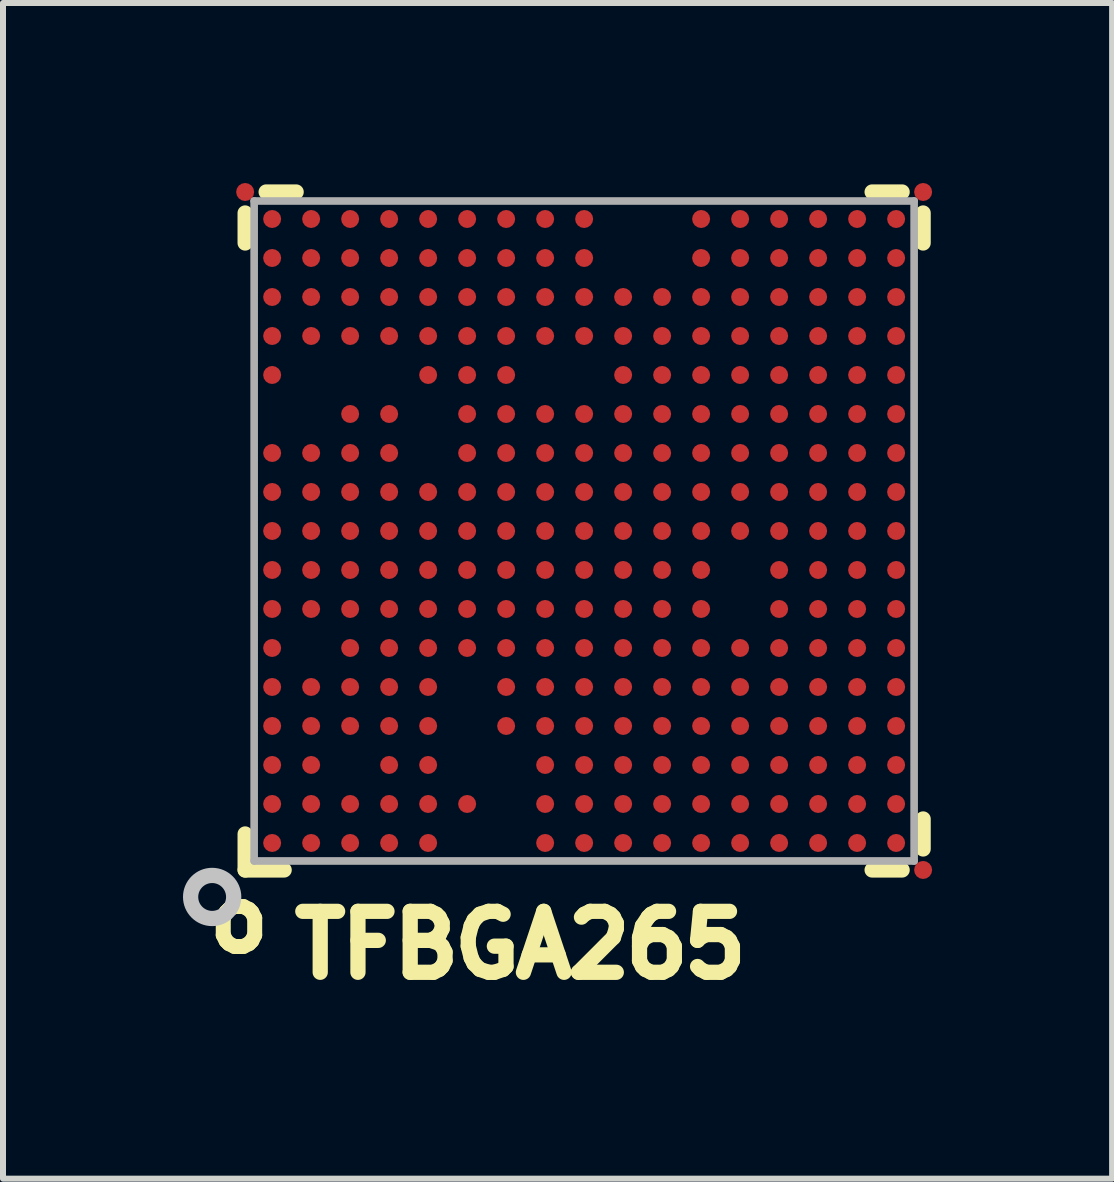
<source format=kicad_pcb>
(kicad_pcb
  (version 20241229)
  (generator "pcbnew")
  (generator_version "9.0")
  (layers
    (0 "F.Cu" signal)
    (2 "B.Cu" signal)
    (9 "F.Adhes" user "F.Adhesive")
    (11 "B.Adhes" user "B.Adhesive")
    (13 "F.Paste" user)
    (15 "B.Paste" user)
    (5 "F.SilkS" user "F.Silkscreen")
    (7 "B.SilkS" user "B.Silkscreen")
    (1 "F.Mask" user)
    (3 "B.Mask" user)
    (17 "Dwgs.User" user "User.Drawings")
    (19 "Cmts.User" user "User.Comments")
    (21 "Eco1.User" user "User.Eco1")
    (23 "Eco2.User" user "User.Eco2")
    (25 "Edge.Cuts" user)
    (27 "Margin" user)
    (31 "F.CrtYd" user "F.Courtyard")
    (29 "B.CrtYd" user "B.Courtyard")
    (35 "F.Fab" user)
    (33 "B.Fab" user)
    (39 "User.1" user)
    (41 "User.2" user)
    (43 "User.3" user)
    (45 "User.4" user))
  (footprint "TFBGA265"
    (layer "F.Cu")
    (at 6.686 5.8)
    (property "Reference" "TFBGA265" (at -4.953 7.493 180) (layer "F.SilkS") (effects (font (size 1.016 1.016) (thickness 0.254)) (justify left bottom)))
    (attr through_hole)
    (fp_line (start -5.65 -4.8) (end -5.65 -5.3) (stroke (width 0.254) (type solid)) (layer "F.SilkS"))
    (fp_line (start -5.65 5.05) (end -5.65 5.65) (stroke (width 0.254) (type solid)) (layer "F.SilkS"))
    (fp_line (start -5.3 -5.65) (end -4.8 -5.65) (stroke (width 0.254) (type solid)) (layer "F.SilkS"))
    (fp_line (start -5 5.65) (end -5.65 5.65) (stroke (width 0.254) (type solid)) (layer "F.SilkS"))
    (fp_line (start 4.8 -5.65) (end 5.3 -5.65) (stroke (width 0.254) (type solid)) (layer "F.SilkS"))
    (fp_line (start 5.3 5.65) (end 4.8 5.65) (stroke (width 0.254) (type solid)) (layer "F.SilkS"))
    (fp_line (start 5.65 -4.8) (end 5.65 -5.3) (stroke (width 0.254) (type solid)) (layer "F.SilkS"))
    (fp_line (start 5.65 5.3) (end 5.65 4.8) (stroke (width 0.254) (type solid)) (layer "F.SilkS"))
    (fp_circle (center -6.2 6.1) (end -5.841 6.1) (stroke (width 0.254) (type solid)) (fill no) (layer "Dwgs.User"))
    (fp_line (start -5.5 -5.5) (end -5.5 5.5) (stroke (width 0.127) (type solid)) (layer "F.Fab"))
    (fp_line (start -5.5 5.5) (end 5.5 5.5) (stroke (width 0.127) (type solid)) (layer "F.Fab"))
    (fp_line (start 5.5 -5.5) (end -5.5 -5.5) (stroke (width 0.127) (type solid)) (layer "F.Fab"))
    (fp_line (start 5.5 5.5) (end 5.5 -5.5) (stroke (width 0.127) (type solid)) (layer "F.Fab"))
    (fp_text user "o" (at -5.753 6.476 180) (layer "F.SilkS") (effects (font (size 1 1) (thickness 0.25))))
    (pad "" smd rect (at -5.2 -5.2 90) (size 0.33 0.33) (layers "F.Paste"))
    (pad "" smd rect (at -5.2 -4.55 90) (size 0.33 0.33) (layers "F.Paste"))
    (pad "" smd rect (at -5.2 -3.9 90) (size 0.33 0.33) (layers "F.Paste"))
    (pad "" smd rect (at -5.2 -3.25 90) (size 0.33 0.33) (layers "F.Paste"))
    (pad "" smd rect (at -5.2 -2.6 90) (size 0.33 0.33) (layers "F.Paste"))
    (pad "" smd rect (at -5.2 -1.3 90) (size 0.33 0.33) (layers "F.Paste"))
    (pad "" smd rect (at -5.2 -0.65 90) (size 0.33 0.33) (layers "F.Paste"))
    (pad "" smd rect (at -5.2 0 90) (size 0.33 0.33) (layers "F.Paste"))
    (pad "" smd rect (at -5.2 0.65 90) (size 0.33 0.33) (layers "F.Paste"))
    (pad "" smd rect (at -5.2 1.3 90) (size 0.33 0.33) (layers "F.Paste"))
    (pad "" smd rect (at -5.2 1.95 90) (size 0.33 0.33) (layers "F.Paste"))
    (pad "" smd rect (at -5.2 2.6 90) (size 0.33 0.33) (layers "F.Paste"))
    (pad "" smd rect (at -5.2 3.25 90) (size 0.33 0.33) (layers "F.Paste"))
    (pad "" smd rect (at -5.2 3.9 90) (size 0.33 0.33) (layers "F.Paste"))
    (pad "" smd rect (at -5.2 4.55 90) (size 0.33 0.33) (layers "F.Paste"))
    (pad "" smd rect (at -5.2 5.2 90) (size 0.33 0.33) (layers "F.Paste"))
    (pad "" smd rect (at -4.55 -5.2 90) (size 0.33 0.33) (layers "F.Paste"))
    (pad "" smd rect (at -4.55 -4.55 90) (size 0.33 0.33) (layers "F.Paste"))
    (pad "" smd rect (at -4.55 -3.9 90) (size 0.33 0.33) (layers "F.Paste"))
    (pad "" smd rect (at -4.55 -3.25 90) (size 0.33 0.33) (layers "F.Paste"))
    (pad "" smd rect (at -4.55 -1.3 90) (size 0.33 0.33) (layers "F.Paste"))
    (pad "" smd rect (at -4.55 -0.65 90) (size 0.33 0.33) (layers "F.Paste"))
    (pad "" smd rect (at -4.55 0 90) (size 0.33 0.33) (layers "F.Paste"))
    (pad "" smd rect (at -4.55 0.65 90) (size 0.33 0.33) (layers "F.Paste"))
    (pad "" smd rect (at -4.55 1.3 90) (size 0.33 0.33) (layers "F.Paste"))
    (pad "" smd rect (at -4.55 2.6 90) (size 0.33 0.33) (layers "F.Paste"))
    (pad "" smd rect (at -4.55 3.25 90) (size 0.33 0.33) (layers "F.Paste"))
    (pad "" smd rect (at -4.55 3.9 90) (size 0.33 0.33) (layers "F.Paste"))
    (pad "" smd rect (at -4.55 4.55 90) (size 0.33 0.33) (layers "F.Paste"))
    (pad "" smd rect (at -4.55 5.2 90) (size 0.33 0.33) (layers "F.Paste"))
    (pad "" smd rect (at -3.9 -5.2 90) (size 0.33 0.33) (layers "F.Paste"))
    (pad "" smd rect (at -3.9 -4.55 90) (size 0.33 0.33) (layers "F.Paste"))
    (pad "" smd rect (at -3.9 -3.9 90) (size 0.33 0.33) (layers "F.Paste"))
    (pad "" smd rect (at -3.9 -3.25 90) (size 0.33 0.33) (layers "F.Paste"))
    (pad "" smd rect (at -3.9 -1.95 90) (size 0.33 0.33) (layers "F.Paste"))
    (pad "" smd rect (at -3.9 -1.3 90) (size 0.33 0.33) (layers "F.Paste"))
    (pad "" smd rect (at -3.9 -0.65 90) (size 0.33 0.33) (layers "F.Paste"))
    (pad "" smd rect (at -3.9 0 90) (size 0.33 0.33) (layers "F.Paste"))
    (pad "" smd rect (at -3.9 0.65 90) (size 0.33 0.33) (layers "F.Paste"))
    (pad "" smd rect (at -3.9 1.3 90) (size 0.33 0.33) (layers "F.Paste"))
    (pad "" smd rect (at -3.9 1.95 90) (size 0.33 0.33) (layers "F.Paste"))
    (pad "" smd rect (at -3.9 2.6 90) (size 0.33 0.33) (layers "F.Paste"))
    (pad "" smd rect (at -3.9 3.25 90) (size 0.33 0.33) (layers "F.Paste"))
    (pad "" smd rect (at -3.9 4.55 90) (size 0.33 0.33) (layers "F.Paste"))
    (pad "" smd rect (at -3.9 5.2 90) (size 0.33 0.33) (layers "F.Paste"))
    (pad "" smd rect (at -3.25 -5.2 90) (size 0.33 0.33) (layers "F.Paste"))
    (pad "" smd rect (at -3.25 -4.55 90) (size 0.33 0.33) (layers "F.Paste"))
    (pad "" smd rect (at -3.25 -3.9 90) (size 0.33 0.33) (layers "F.Paste"))
    (pad "" smd rect (at -3.25 -3.25 90) (size 0.33 0.33) (layers "F.Paste"))
    (pad "" smd rect (at -3.25 -1.95 90) (size 0.33 0.33) (layers "F.Paste"))
    (pad "" smd rect (at -3.25 -1.3 90) (size 0.33 0.33) (layers "F.Paste"))
    (pad "" smd rect (at -3.25 -0.65 90) (size 0.33 0.33) (layers "F.Paste"))
    (pad "" smd rect (at -3.25 0 90) (size 0.33 0.33) (layers "F.Paste"))
    (pad "" smd rect (at -3.25 0.65 90) (size 0.33 0.33) (layers "F.Paste"))
    (pad "" smd rect (at -3.25 1.3 90) (size 0.33 0.33) (layers "F.Paste"))
    (pad "" smd rect (at -3.25 1.95 90) (size 0.33 0.33) (layers "F.Paste"))
    (pad "" smd rect (at -3.25 2.6 90) (size 0.33 0.33) (layers "F.Paste"))
    (pad "" smd rect (at -3.25 3.25 90) (size 0.33 0.33) (layers "F.Paste"))
    (pad "" smd rect (at -3.25 3.9 90) (size 0.33 0.33) (layers "F.Paste"))
    (pad "" smd rect (at -3.25 4.55 90) (size 0.33 0.33) (layers "F.Paste"))
    (pad "" smd rect (at -3.25 5.2 90) (size 0.33 0.33) (layers "F.Paste"))
    (pad "" smd rect (at -2.6 -5.2 90) (size 0.33 0.33) (layers "F.Paste"))
    (pad "" smd rect (at -2.6 -4.55 90) (size 0.33 0.33) (layers "F.Paste"))
    (pad "" smd rect (at -2.6 -3.9 90) (size 0.33 0.33) (layers "F.Paste"))
    (pad "" smd rect (at -2.6 -3.25 90) (size 0.33 0.33) (layers "F.Paste"))
    (pad "" smd rect (at -2.6 -2.6 90) (size 0.33 0.33) (layers "F.Paste"))
    (pad "" smd rect (at -2.6 -0.65 90) (size 0.33 0.33) (layers "F.Paste"))
    (pad "" smd rect (at -2.6 0 90) (size 0.33 0.33) (layers "F.Paste"))
    (pad "" smd rect (at -2.6 0.65 90) (size 0.33 0.33) (layers "F.Paste"))
    (pad "" smd rect (at -2.6 1.3 90) (size 0.33 0.33) (layers "F.Paste"))
    (pad "" smd rect (at -2.6 1.95 90) (size 0.33 0.33) (layers "F.Paste"))
    (pad "" smd rect (at -2.6 2.6 90) (size 0.33 0.33) (layers "F.Paste"))
    (pad "" smd rect (at -2.6 3.25 90) (size 0.33 0.33) (layers "F.Paste"))
    (pad "" smd rect (at -2.6 3.9 90) (size 0.33 0.33) (layers "F.Paste"))
    (pad "" smd rect (at -2.6 4.55 90) (size 0.33 0.33) (layers "F.Paste"))
    (pad "" smd rect (at -2.6 5.2 90) (size 0.33 0.33) (layers "F.Paste"))
    (pad "" smd rect (at -1.95 -5.2 90) (size 0.33 0.33) (layers "F.Paste"))
    (pad "" smd rect (at -1.95 -4.55 90) (size 0.33 0.33) (layers "F.Paste"))
    (pad "" smd rect (at -1.95 -3.9 90) (size 0.33 0.33) (layers "F.Paste"))
    (pad "" smd rect (at -1.95 -3.25 90) (size 0.33 0.33) (layers "F.Paste"))
    (pad "" smd rect (at -1.95 -2.6 90) (size 0.33 0.33) (layers "F.Paste"))
    (pad "" smd rect (at -1.95 -1.95 90) (size 0.33 0.33) (layers "F.Paste"))
    (pad "" smd rect (at -1.95 -1.3 90) (size 0.33 0.33) (layers "F.Paste"))
    (pad "" smd rect (at -1.95 -0.65 90) (size 0.33 0.33) (layers "F.Paste"))
    (pad "" smd rect (at -1.95 0 90) (size 0.33 0.33) (layers "F.Paste"))
    (pad "" smd rect (at -1.95 0.65 90) (size 0.33 0.33) (layers "F.Paste"))
    (pad "" smd rect (at -1.95 1.3 90) (size 0.33 0.33) (layers "F.Paste"))
    (pad "" smd rect (at -1.95 1.95 90) (size 0.33 0.33) (layers "F.Paste"))
    (pad "" smd rect (at -1.95 4.55 90) (size 0.33 0.33) (layers "F.Paste"))
    (pad "" smd rect (at -1.3 -5.2 90) (size 0.33 0.33) (layers "F.Paste"))
    (pad "" smd rect (at -1.3 -4.55 90) (size 0.33 0.33) (layers "F.Paste"))
    (pad "" smd rect (at -1.3 -3.9 90) (size 0.33 0.33) (layers "F.Paste"))
    (pad "" smd rect (at -1.3 -3.25 90) (size 0.33 0.33) (layers "F.Paste"))
    (pad "" smd rect (at -1.3 -2.6 90) (size 0.33 0.33) (layers "F.Paste"))
    (pad "" smd rect (at -1.3 -1.95 90) (size 0.33 0.33) (layers "F.Paste"))
    (pad "" smd rect (at -1.3 -1.3 90) (size 0.33 0.33) (layers "F.Paste"))
    (pad "" smd rect (at -1.3 -0.65 90) (size 0.33 0.33) (layers "F.Paste"))
    (pad "" smd rect (at -1.3 0 90) (size 0.33 0.33) (layers "F.Paste"))
    (pad "" smd rect (at -1.3 0.65 90) (size 0.33 0.33) (layers "F.Paste"))
    (pad "" smd rect (at -1.3 1.3 90) (size 0.33 0.33) (layers "F.Paste"))
    (pad "" smd rect (at -1.3 1.95 90) (size 0.33 0.33) (layers "F.Paste"))
    (pad "" smd rect (at -1.3 2.6 90) (size 0.33 0.33) (layers "F.Paste"))
    (pad "" smd rect (at -1.3 3.25 90) (size 0.33 0.33) (layers "F.Paste"))
    (pad "" smd rect (at -0.65 -5.2 90) (size 0.33 0.33) (layers "F.Paste"))
    (pad "" smd rect (at -0.65 -4.55 90) (size 0.33 0.33) (layers "F.Paste"))
    (pad "" smd rect (at -0.65 -3.9 90) (size 0.33 0.33) (layers "F.Paste"))
    (pad "" smd rect (at -0.65 -3.25 90) (size 0.33 0.33) (layers "F.Paste"))
    (pad "" smd rect (at -0.65 -1.95 90) (size 0.33 0.33) (layers "F.Paste"))
    (pad "" smd rect (at -0.65 -1.3 90) (size 0.33 0.33) (layers "F.Paste"))
    (pad "" smd rect (at -0.65 -0.65 90) (size 0.33 0.33) (layers "F.Paste"))
    (pad "" smd rect (at -0.65 0 90) (size 0.33 0.33) (layers "F.Paste"))
    (pad "" smd rect (at -0.65 0.65 90) (size 0.33 0.33) (layers "F.Paste"))
    (pad "" smd rect (at -0.65 1.3 90) (size 0.33 0.33) (layers "F.Paste"))
    (pad "" smd rect (at -0.65 1.95 90) (size 0.33 0.33) (layers "F.Paste"))
    (pad "" smd rect (at -0.65 2.6 90) (size 0.33 0.33) (layers "F.Paste"))
    (pad "" smd rect (at -0.65 3.25 90) (size 0.33 0.33) (layers "F.Paste"))
    (pad "" smd rect (at -0.65 3.9 90) (size 0.33 0.33) (layers "F.Paste"))
    (pad "" smd rect (at -0.65 4.55 90) (size 0.33 0.33) (layers "F.Paste"))
    (pad "" smd rect (at -0.65 5.2 90) (size 0.33 0.33) (layers "F.Paste"))
    (pad "" smd rect (at 0 -5.2 90) (size 0.33 0.33) (layers "F.Paste"))
    (pad "" smd rect (at 0 -4.55 90) (size 0.33 0.33) (layers "F.Paste"))
    (pad "" smd rect (at 0 -3.9 90) (size 0.33 0.33) (layers "F.Paste"))
    (pad "" smd rect (at 0 -3.25 90) (size 0.33 0.33) (layers "F.Paste"))
    (pad "" smd rect (at 0 -1.95 90) (size 0.33 0.33) (layers "F.Paste"))
    (pad "" smd rect (at 0 -1.3 90) (size 0.33 0.33) (layers "F.Paste"))
    (pad "" smd rect (at 0 -0.65 90) (size 0.33 0.33) (layers "F.Paste"))
    (pad "" smd rect (at 0 0 90) (size 0.33 0.33) (layers "F.Paste"))
    (pad "" smd rect (at 0 0.65 90) (size 0.33 0.33) (layers "F.Paste"))
    (pad "" smd rect (at 0 1.3 90) (size 0.33 0.33) (layers "F.Paste"))
    (pad "" smd rect (at 0 1.95 90) (size 0.33 0.33) (layers "F.Paste"))
    (pad "" smd rect (at 0 2.6 90) (size 0.33 0.33) (layers "F.Paste"))
    (pad "" smd rect (at 0 3.25 90) (size 0.33 0.33) (layers "F.Paste"))
    (pad "" smd rect (at 0 3.9 90) (size 0.33 0.33) (layers "F.Paste"))
    (pad "" smd rect (at 0 4.55 90) (size 0.33 0.33) (layers "F.Paste"))
    (pad "" smd rect (at 0 5.2 90) (size 0.33 0.33) (layers "F.Paste"))
    (pad "" smd rect (at 0.65 -3.9 90) (size 0.33 0.33) (layers "F.Paste"))
    (pad "" smd rect (at 0.65 -3.25 90) (size 0.33 0.33) (layers "F.Paste"))
    (pad "" smd rect (at 0.65 -2.6 90) (size 0.33 0.33) (layers "F.Paste"))
    (pad "" smd rect (at 0.65 -1.95 90) (size 0.33 0.33) (layers "F.Paste"))
    (pad "" smd rect (at 0.65 -1.3 90) (size 0.33 0.33) (layers "F.Paste"))
    (pad "" smd rect (at 0.65 -0.65 90) (size 0.33 0.33) (layers "F.Paste"))
    (pad "" smd rect (at 0.65 0 90) (size 0.33 0.33) (layers "F.Paste"))
    (pad "" smd rect (at 0.65 0.65 90) (size 0.33 0.33) (layers "F.Paste"))
    (pad "" smd rect (at 0.65 1.3 90) (size 0.33 0.33) (layers "F.Paste"))
    (pad "" smd rect (at 0.65 1.95 90) (size 0.33 0.33) (layers "F.Paste"))
    (pad "" smd rect (at 0.65 2.6 90) (size 0.33 0.33) (layers "F.Paste"))
    (pad "" smd rect (at 0.65 3.25 90) (size 0.33 0.33) (layers "F.Paste"))
    (pad "" smd rect (at 0.65 3.9 90) (size 0.33 0.33) (layers "F.Paste"))
    (pad "" smd rect (at 0.65 4.55 90) (size 0.33 0.33) (layers "F.Paste"))
    (pad "" smd rect (at 0.65 5.2 90) (size 0.33 0.33) (layers "F.Paste"))
    (pad "" smd rect (at 1.3 -3.9 90) (size 0.33 0.33) (layers "F.Paste"))
    (pad "" smd rect (at 1.3 -3.25 90) (size 0.33 0.33) (layers "F.Paste"))
    (pad "" smd rect (at 1.3 -2.6 90) (size 0.33 0.33) (layers "F.Paste"))
    (pad "" smd rect (at 1.3 -1.95 90) (size 0.33 0.33) (layers "F.Paste"))
    (pad "" smd rect (at 1.3 -1.3 90) (size 0.33 0.33) (layers "F.Paste"))
    (pad "" smd rect (at 1.3 -0.65 90) (size 0.33 0.33) (layers "F.Paste"))
    (pad "" smd rect (at 1.3 0 90) (size 0.33 0.33) (layers "F.Paste"))
    (pad "" smd rect (at 1.3 0.65 90) (size 0.33 0.33) (layers "F.Paste"))
    (pad "" smd rect (at 1.3 1.3 90) (size 0.33 0.33) (layers "F.Paste"))
    (pad "" smd rect (at 1.3 1.95 90) (size 0.33 0.33) (layers "F.Paste"))
    (pad "" smd rect (at 1.3 2.6 90) (size 0.33 0.33) (layers "F.Paste"))
    (pad "" smd rect (at 1.3 3.25 90) (size 0.33 0.33) (layers "F.Paste"))
    (pad "" smd rect (at 1.3 3.9 90) (size 0.33 0.33) (layers "F.Paste"))
    (pad "" smd rect (at 1.3 4.55 90) (size 0.33 0.33) (layers "F.Paste"))
    (pad "" smd rect (at 1.3 5.2 90) (size 0.33 0.33) (layers "F.Paste"))
    (pad "" smd rect (at 1.95 -5.2 90) (size 0.33 0.33) (layers "F.Paste"))
    (pad "" smd rect (at 1.95 -4.55 90) (size 0.33 0.33) (layers "F.Paste"))
    (pad "" smd rect (at 1.95 -3.9 90) (size 0.33 0.33) (layers "F.Paste"))
    (pad "" smd rect (at 1.95 -3.25 90) (size 0.33 0.33) (layers "F.Paste"))
    (pad "" smd rect (at 1.95 -2.6 90) (size 0.33 0.33) (layers "F.Paste"))
    (pad "" smd rect (at 1.95 -1.95 90) (size 0.33 0.33) (layers "F.Paste"))
    (pad "" smd rect (at 1.95 -1.3 90) (size 0.33 0.33) (layers "F.Paste"))
    (pad "" smd rect (at 1.95 -0.65 90) (size 0.33 0.33) (layers "F.Paste"))
    (pad "" smd rect (at 1.95 0 90) (size 0.33 0.33) (layers "F.Paste"))
    (pad "" smd rect (at 1.95 0.65 90) (size 0.33 0.33) (layers "F.Paste"))
    (pad "" smd rect (at 1.95 1.3 90) (size 0.33 0.33) (layers "F.Paste"))
    (pad "" smd rect (at 1.95 1.95 90) (size 0.33 0.33) (layers "F.Paste"))
    (pad "" smd rect (at 1.95 2.6 90) (size 0.33 0.33) (layers "F.Paste"))
    (pad "" smd rect (at 1.95 3.25 90) (size 0.33 0.33) (layers "F.Paste"))
    (pad "" smd rect (at 1.95 3.9 90) (size 0.33 0.33) (layers "F.Paste"))
    (pad "" smd rect (at 1.95 4.55 90) (size 0.33 0.33) (layers "F.Paste"))
    (pad "" smd rect (at 1.95 5.2 90) (size 0.33 0.33) (layers "F.Paste"))
    (pad "" smd rect (at 2.6 -5.2 90) (size 0.33 0.33) (layers "F.Paste"))
    (pad "" smd rect (at 2.6 -4.55 90) (size 0.33 0.33) (layers "F.Paste"))
    (pad "" smd rect (at 2.6 -3.9 90) (size 0.33 0.33) (layers "F.Paste"))
    (pad "" smd rect (at 2.6 -3.25 90) (size 0.33 0.33) (layers "F.Paste"))
    (pad "" smd rect (at 2.6 -2.6 90) (size 0.33 0.33) (layers "F.Paste"))
    (pad "" smd rect (at 2.6 -1.95 90) (size 0.33 0.33) (layers "F.Paste"))
    (pad "" smd rect (at 2.6 -1.3 90) (size 0.33 0.33) (layers "F.Paste"))
    (pad "" smd rect (at 2.6 -0.65 90) (size 0.33 0.33) (layers "F.Paste"))
    (pad "" smd rect (at 2.6 0 90) (size 0.33 0.33) (layers "F.Paste"))
    (pad "" smd rect (at 2.6 1.95 90) (size 0.33 0.33) (layers "F.Paste"))
    (pad "" smd rect (at 2.6 2.6 90) (size 0.33 0.33) (layers "F.Paste"))
    (pad "" smd rect (at 2.6 3.25 90) (size 0.33 0.33) (layers "F.Paste"))
    (pad "" smd rect (at 2.6 3.9 90) (size 0.33 0.33) (layers "F.Paste"))
    (pad "" smd rect (at 2.6 4.55 90) (size 0.33 0.33) (layers "F.Paste"))
    (pad "" smd rect (at 2.6 5.2 90) (size 0.33 0.33) (layers "F.Paste"))
    (pad "" smd rect (at 3.25 -5.2 90) (size 0.33 0.33) (layers "F.Paste"))
    (pad "" smd rect (at 3.25 -4.55 90) (size 0.33 0.33) (layers "F.Paste"))
    (pad "" smd rect (at 3.25 -3.9 90) (size 0.33 0.33) (layers "F.Paste"))
    (pad "" smd rect (at 3.25 -3.25 90) (size 0.33 0.33) (layers "F.Paste"))
    (pad "" smd rect (at 3.25 -2.6 90) (size 0.33 0.33) (layers "F.Paste"))
    (pad "" smd rect (at 3.25 -1.95 90) (size 0.33 0.33) (layers "F.Paste"))
    (pad "" smd rect (at 3.25 -1.3 90) (size 0.33 0.33) (layers "F.Paste"))
    (pad "" smd rect (at 3.25 -0.65 90) (size 0.33 0.33) (layers "F.Paste"))
    (pad "" smd rect (at 3.25 0 90) (size 0.33 0.33) (layers "F.Paste"))
    (pad "" smd rect (at 3.25 0.65 90) (size 0.33 0.33) (layers "F.Paste"))
    (pad "" smd rect (at 3.25 1.3 90) (size 0.33 0.33) (layers "F.Paste"))
    (pad "" smd rect (at 3.25 1.95 90) (size 0.33 0.33) (layers "F.Paste"))
    (pad "" smd rect (at 3.25 2.6 90) (size 0.33 0.33) (layers "F.Paste"))
    (pad "" smd rect (at 3.25 3.25 90) (size 0.33 0.33) (layers "F.Paste"))
    (pad "" smd rect (at 3.25 3.9 90) (size 0.33 0.33) (layers "F.Paste"))
    (pad "" smd rect (at 3.25 4.55 90) (size 0.33 0.33) (layers "F.Paste"))
    (pad "" smd rect (at 3.25 5.2 90) (size 0.33 0.33) (layers "F.Paste"))
    (pad "" smd rect (at 3.9 -5.2 90) (size 0.33 0.33) (layers "F.Paste"))
    (pad "" smd rect (at 3.9 -4.55 90) (size 0.33 0.33) (layers "F.Paste"))
    (pad "" smd rect (at 3.9 -3.9 90) (size 0.33 0.33) (layers "F.Paste"))
    (pad "" smd rect (at 3.9 -3.25 90) (size 0.33 0.33) (layers "F.Paste"))
    (pad "" smd rect (at 3.9 -2.6 90) (size 0.33 0.33) (layers "F.Paste"))
    (pad "" smd rect (at 3.9 -1.95 90) (size 0.33 0.33) (layers "F.Paste"))
    (pad "" smd rect (at 3.9 -1.3 90) (size 0.33 0.33) (layers "F.Paste"))
    (pad "" smd rect (at 3.9 -0.65 90) (size 0.33 0.33) (layers "F.Paste"))
    (pad "" smd rect (at 3.9 0 90) (size 0.33 0.33) (layers "F.Paste"))
    (pad "" smd rect (at 3.9 0.65 90) (size 0.33 0.33) (layers "F.Paste"))
    (pad "" smd rect (at 3.9 1.3 90) (size 0.33 0.33) (layers "F.Paste"))
    (pad "" smd rect (at 3.9 1.95 90) (size 0.33 0.33) (layers "F.Paste"))
    (pad "" smd rect (at 3.9 2.6 90) (size 0.33 0.33) (layers "F.Paste"))
    (pad "" smd rect (at 3.9 3.25 90) (size 0.33 0.33) (layers "F.Paste"))
    (pad "" smd rect (at 3.9 3.9 90) (size 0.33 0.33) (layers "F.Paste"))
    (pad "" smd rect (at 3.9 4.55 90) (size 0.33 0.33) (layers "F.Paste"))
    (pad "" smd rect (at 3.9 5.2 90) (size 0.33 0.33) (layers "F.Paste"))
    (pad "" smd rect (at 4.55 -5.2 90) (size 0.33 0.33) (layers "F.Paste"))
    (pad "" smd rect (at 4.55 -4.55 90) (size 0.33 0.33) (layers "F.Paste"))
    (pad "" smd rect (at 4.55 -3.9 90) (size 0.33 0.33) (layers "F.Paste"))
    (pad "" smd rect (at 4.55 -3.25 90) (size 0.33 0.33) (layers "F.Paste"))
    (pad "" smd rect (at 4.55 -2.6 90) (size 0.33 0.33) (layers "F.Paste"))
    (pad "" smd rect (at 4.55 -1.95 90) (size 0.33 0.33) (layers "F.Paste"))
    (pad "" smd rect (at 4.55 -1.3 90) (size 0.33 0.33) (layers "F.Paste"))
    (pad "" smd rect (at 4.55 -0.65 90) (size 0.33 0.33) (layers "F.Paste"))
    (pad "" smd rect (at 4.55 0 90) (size 0.33 0.33) (layers "F.Paste"))
    (pad "" smd rect (at 4.55 0.65 90) (size 0.33 0.33) (layers "F.Paste"))
    (pad "" smd rect (at 4.55 1.3 90) (size 0.33 0.33) (layers "F.Paste"))
    (pad "" smd rect (at 4.55 1.95 90) (size 0.33 0.33) (layers "F.Paste"))
    (pad "" smd rect (at 4.55 2.6 90) (size 0.33 0.33) (layers "F.Paste"))
    (pad "" smd rect (at 4.55 3.25 90) (size 0.33 0.33) (layers "F.Paste"))
    (pad "" smd rect (at 4.55 3.9 90) (size 0.33 0.33) (layers "F.Paste"))
    (pad "" smd rect (at 4.55 4.55 90) (size 0.33 0.33) (layers "F.Paste"))
    (pad "" smd rect (at 4.55 5.2 90) (size 0.33 0.33) (layers "F.Paste"))
    (pad "" smd rect (at 5.2 -5.2 90) (size 0.33 0.33) (layers "F.Paste"))
    (pad "" smd rect (at 5.2 -4.55 90) (size 0.33 0.33) (layers "F.Paste"))
    (pad "" smd rect (at 5.2 -3.9 90) (size 0.33 0.33) (layers "F.Paste"))
    (pad "" smd rect (at 5.2 -3.25 90) (size 0.33 0.33) (layers "F.Paste"))
    (pad "" smd rect (at 5.2 -2.6 90) (size 0.33 0.33) (layers "F.Paste"))
    (pad "" smd rect (at 5.2 -1.95 90) (size 0.33 0.33) (layers "F.Paste"))
    (pad "" smd rect (at 5.2 -1.3 90) (size 0.33 0.33) (layers "F.Paste"))
    (pad "" smd rect (at 5.2 -0.65 90) (size 0.33 0.33) (layers "F.Paste"))
    (pad "" smd rect (at 5.2 0 90) (size 0.33 0.33) (layers "F.Paste"))
    (pad "" smd rect (at 5.2 0.65 90) (size 0.33 0.33) (layers "F.Paste"))
    (pad "" smd rect (at 5.2 1.3 90) (size 0.33 0.33) (layers "F.Paste"))
    (pad "" smd rect (at 5.2 1.95 90) (size 0.33 0.33) (layers "F.Paste"))
    (pad "" smd rect (at 5.2 2.6 90) (size 0.33 0.33) (layers "F.Paste"))
    (pad "" smd rect (at 5.2 3.25 90) (size 0.33 0.33) (layers "F.Paste"))
    (pad "" smd rect (at 5.2 3.9 90) (size 0.33 0.33) (layers "F.Paste"))
    (pad "" smd rect (at 5.2 4.55 90) (size 0.33 0.33) (layers "F.Paste"))
    (pad "" smd rect (at 5.2 5.2 90) (size 0.33 0.33) (layers "F.Paste"))
    (pad "A1" smd roundrect (at -5.2 5.2 90) (size 0.3 0.3) (layers "F.Cu" "F.Mask") (roundrect_rratio 0.5))
    (pad "A2" smd roundrect (at -5.2 4.55 90) (size 0.3 0.3) (layers "F.Cu" "F.Mask") (roundrect_rratio 0.5))
    (pad "A3" smd roundrect (at -5.2 3.9 90) (size 0.3 0.3) (layers "F.Cu" "F.Mask") (roundrect_rratio 0.5))
    (pad "A4" smd roundrect (at -5.2 3.25 90) (size 0.3 0.3) (layers "F.Cu" "F.Mask") (roundrect_rratio 0.5))
    (pad "A5" smd roundrect (at -5.2 2.6 90) (size 0.3 0.3) (layers "F.Cu" "F.Mask") (roundrect_rratio 0.5))
    (pad "A6" smd roundrect (at -5.2 1.95 90) (size 0.3 0.3) (layers "F.Cu" "F.Mask") (roundrect_rratio 0.5))
    (pad "A7" smd roundrect (at -5.2 1.3 90) (size 0.3 0.3) (layers "F.Cu" "F.Mask") (roundrect_rratio 0.5))
    (pad "A8" smd roundrect (at -5.2 0.65 90) (size 0.3 0.3) (layers "F.Cu" "F.Mask") (roundrect_rratio 0.5))
    (pad "A9" smd roundrect (at -5.2 0 90) (size 0.3 0.3) (layers "F.Cu" "F.Mask") (roundrect_rratio 0.5))
    (pad "A10" smd roundrect (at -5.2 -0.65 90) (size 0.3 0.3) (layers "F.Cu" "F.Mask") (roundrect_rratio 0.5))
    (pad "A11" smd roundrect (at -5.2 -1.3 90) (size 0.3 0.3) (layers "F.Cu" "F.Mask") (roundrect_rratio 0.5))
    (pad "A13" smd roundrect (at -5.2 -2.6 90) (size 0.3 0.3) (layers "F.Cu" "F.Mask") (roundrect_rratio 0.5))
    (pad "A14" smd roundrect (at -5.2 -3.25 90) (size 0.3 0.3) (layers "F.Cu" "F.Mask") (roundrect_rratio 0.5))
    (pad "A15" smd roundrect (at -5.2 -3.9 90) (size 0.3 0.3) (layers "F.Cu" "F.Mask") (roundrect_rratio 0.5))
    (pad "A16" smd roundrect (at -5.2 -4.55 90) (size 0.3 0.3) (layers "F.Cu" "F.Mask") (roundrect_rratio 0.5))
    (pad "A17" smd roundrect (at -5.2 -5.2 90) (size 0.3 0.3) (layers "F.Cu" "F.Mask") (roundrect_rratio 0.5))
    (pad "B1" smd roundrect (at -4.55 5.2 90) (size 0.3 0.3) (layers "F.Cu" "F.Mask") (roundrect_rratio 0.5))
    (pad "B2" smd roundrect (at -4.55 4.55 90) (size 0.3 0.3) (layers "F.Cu" "F.Mask") (roundrect_rratio 0.5))
    (pad "B3" smd roundrect (at -4.55 3.9 90) (size 0.3 0.3) (layers "F.Cu" "F.Mask") (roundrect_rratio 0.5))
    (pad "B4" smd roundrect (at -4.55 3.25 90) (size 0.3 0.3) (layers "F.Cu" "F.Mask") (roundrect_rratio 0.5))
    (pad "B5" smd roundrect (at -4.55 2.6 90) (size 0.3 0.3) (layers "F.Cu" "F.Mask") (roundrect_rratio 0.5))
    (pad "B7" smd roundrect (at -4.55 1.3 90) (size 0.3 0.3) (layers "F.Cu" "F.Mask") (roundrect_rratio 0.5))
    (pad "B8" smd roundrect (at -4.55 0.65 90) (size 0.3 0.3) (layers "F.Cu" "F.Mask") (roundrect_rratio 0.5))
    (pad "B9" smd roundrect (at -4.55 0 90) (size 0.3 0.3) (layers "F.Cu" "F.Mask") (roundrect_rratio 0.5))
    (pad "B10" smd roundrect (at -4.55 -0.65 90) (size 0.3 0.3) (layers "F.Cu" "F.Mask") (roundrect_rratio 0.5))
    (pad "B11" smd roundrect (at -4.55 -1.3 90) (size 0.3 0.3) (layers "F.Cu" "F.Mask") (roundrect_rratio 0.5))
    (pad "B14" smd roundrect (at -4.55 -3.25 90) (size 0.3 0.3) (layers "F.Cu" "F.Mask") (roundrect_rratio 0.5))
    (pad "B15" smd roundrect (at -4.55 -3.9 90) (size 0.3 0.3) (layers "F.Cu" "F.Mask") (roundrect_rratio 0.5))
    (pad "B16" smd roundrect (at -4.55 -4.55 90) (size 0.3 0.3) (layers "F.Cu" "F.Mask") (roundrect_rratio 0.5))
    (pad "B17" smd roundrect (at -4.55 -5.2 90) (size 0.3 0.3) (layers "F.Cu" "F.Mask") (roundrect_rratio 0.5))
    (pad "C1" smd roundrect (at -3.9 5.2 90) (size 0.3 0.3) (layers "F.Cu" "F.Mask") (roundrect_rratio 0.5))
    (pad "C2" smd roundrect (at -3.9 4.55 90) (size 0.3 0.3) (layers "F.Cu" "F.Mask") (roundrect_rratio 0.5))
    (pad "C4" smd roundrect (at -3.9 3.25 90) (size 0.3 0.3) (layers "F.Cu" "F.Mask") (roundrect_rratio 0.5))
    (pad "C5" smd roundrect (at -3.9 2.6 90) (size 0.3 0.3) (layers "F.Cu" "F.Mask") (roundrect_rratio 0.5))
    (pad "C6" smd roundrect (at -3.9 1.95 90) (size 0.3 0.3) (layers "F.Cu" "F.Mask") (roundrect_rratio 0.5))
    (pad "C7" smd roundrect (at -3.9 1.3 90) (size 0.3 0.3) (layers "F.Cu" "F.Mask") (roundrect_rratio 0.5))
    (pad "C8" smd roundrect (at -3.9 0.65 90) (size 0.3 0.3) (layers "F.Cu" "F.Mask") (roundrect_rratio 0.5))
    (pad "C9" smd roundrect (at -3.9 0 90) (size 0.3 0.3) (layers "F.Cu" "F.Mask") (roundrect_rratio 0.5))
    (pad "C10" smd roundrect (at -3.9 -0.65 90) (size 0.3 0.3) (layers "F.Cu" "F.Mask") (roundrect_rratio 0.5))
    (pad "C11" smd roundrect (at -3.9 -1.3 90) (size 0.3 0.3) (layers "F.Cu" "F.Mask") (roundrect_rratio 0.5))
    (pad "C12" smd roundrect (at -3.9 -1.95 90) (size 0.3 0.3) (layers "F.Cu" "F.Mask") (roundrect_rratio 0.5))
    (pad "C14" smd roundrect (at -3.9 -3.25 90) (size 0.3 0.3) (layers "F.Cu" "F.Mask") (roundrect_rratio 0.5))
    (pad "C15" smd roundrect (at -3.9 -3.9 90) (size 0.3 0.3) (layers "F.Cu" "F.Mask") (roundrect_rratio 0.5))
    (pad "C16" smd roundrect (at -3.9 -4.55 90) (size 0.3 0.3) (layers "F.Cu" "F.Mask") (roundrect_rratio 0.5))
    (pad "C17" smd roundrect (at -3.9 -5.2 90) (size 0.3 0.3) (layers "F.Cu" "F.Mask") (roundrect_rratio 0.5))
    (pad "D1" smd roundrect (at -3.25 5.2 90) (size 0.3 0.3) (layers "F.Cu" "F.Mask") (roundrect_rratio 0.5))
    (pad "D2" smd roundrect (at -3.25 4.55 90) (size 0.3 0.3) (layers "F.Cu" "F.Mask") (roundrect_rratio 0.5))
    (pad "D3" smd roundrect (at -3.25 3.9 90) (size 0.3 0.3) (layers "F.Cu" "F.Mask") (roundrect_rratio 0.5))
    (pad "D4" smd roundrect (at -3.25 3.25 90) (size 0.3 0.3) (layers "F.Cu" "F.Mask") (roundrect_rratio 0.5))
    (pad "D5" smd roundrect (at -3.25 2.6 90) (size 0.3 0.3) (layers "F.Cu" "F.Mask") (roundrect_rratio 0.5))
    (pad "D6" smd roundrect (at -3.25 1.95 90) (size 0.3 0.3) (layers "F.Cu" "F.Mask") (roundrect_rratio 0.5))
    (pad "D7" smd roundrect (at -3.25 1.3 90) (size 0.3 0.3) (layers "F.Cu" "F.Mask") (roundrect_rratio 0.5))
    (pad "D8" smd roundrect (at -3.25 0.65 90) (size 0.3 0.3) (layers "F.Cu" "F.Mask") (roundrect_rratio 0.5))
    (pad "D9" smd roundrect (at -3.25 0 90) (size 0.3 0.3) (layers "F.Cu" "F.Mask") (roundrect_rratio 0.5))
    (pad "D10" smd roundrect (at -3.25 -0.65 90) (size 0.3 0.3) (layers "F.Cu" "F.Mask") (roundrect_rratio 0.5))
    (pad "D11" smd roundrect (at -3.25 -1.3 90) (size 0.3 0.3) (layers "F.Cu" "F.Mask") (roundrect_rratio 0.5))
    (pad "D12" smd roundrect (at -3.25 -1.95 90) (size 0.3 0.3) (layers "F.Cu" "F.Mask") (roundrect_rratio 0.5))
    (pad "D14" smd roundrect (at -3.25 -3.25 90) (size 0.3 0.3) (layers "F.Cu" "F.Mask") (roundrect_rratio 0.5))
    (pad "D15" smd roundrect (at -3.25 -3.9 90) (size 0.3 0.3) (layers "F.Cu" "F.Mask") (roundrect_rratio 0.5))
    (pad "D16" smd roundrect (at -3.25 -4.55 90) (size 0.3 0.3) (layers "F.Cu" "F.Mask") (roundrect_rratio 0.5))
    (pad "D17" smd roundrect (at -3.25 -5.2 90) (size 0.3 0.3) (layers "F.Cu" "F.Mask") (roundrect_rratio 0.5))
    (pad "E1" smd roundrect (at -2.6 5.2 90) (size 0.3 0.3) (layers "F.Cu" "F.Mask") (roundrect_rratio 0.5))
    (pad "E2" smd roundrect (at -2.6 4.55 90) (size 0.3 0.3) (layers "F.Cu" "F.Mask") (roundrect_rratio 0.5))
    (pad "E3" smd roundrect (at -2.6 3.9 90) (size 0.3 0.3) (layers "F.Cu" "F.Mask") (roundrect_rratio 0.5))
    (pad "E4" smd roundrect (at -2.6 3.25 90) (size 0.3 0.3) (layers "F.Cu" "F.Mask") (roundrect_rratio 0.5))
    (pad "E5" smd roundrect (at -2.6 2.6 90) (size 0.3 0.3) (layers "F.Cu" "F.Mask") (roundrect_rratio 0.5))
    (pad "E6" smd roundrect (at -2.6 1.95 90) (size 0.3 0.3) (layers "F.Cu" "F.Mask") (roundrect_rratio 0.5))
    (pad "E7" smd roundrect (at -2.6 1.3 90) (size 0.3 0.3) (layers "F.Cu" "F.Mask") (roundrect_rratio 0.5))
    (pad "E8" smd roundrect (at -2.6 0.65 90) (size 0.3 0.3) (layers "F.Cu" "F.Mask") (roundrect_rratio 0.5))
    (pad "E9" smd roundrect (at -2.6 0 90) (size 0.3 0.3) (layers "F.Cu" "F.Mask") (roundrect_rratio 0.5))
    (pad "E10" smd roundrect (at -2.6 -0.65 90) (size 0.3 0.3) (layers "F.Cu" "F.Mask") (roundrect_rratio 0.5))
    (pad "E13" smd roundrect (at -2.6 -2.6 90) (size 0.3 0.3) (layers "F.Cu" "F.Mask") (roundrect_rratio 0.5))
    (pad "E14" smd roundrect (at -2.6 -3.25 90) (size 0.3 0.3) (layers "F.Cu" "F.Mask") (roundrect_rratio 0.5))
    (pad "E15" smd roundrect (at -2.6 -3.9 90) (size 0.3 0.3) (layers "F.Cu" "F.Mask") (roundrect_rratio 0.5))
    (pad "E16" smd roundrect (at -2.6 -4.55 90) (size 0.3 0.3) (layers "F.Cu" "F.Mask") (roundrect_rratio 0.5))
    (pad "E17" smd roundrect (at -2.6 -5.2 90) (size 0.3 0.3) (layers "F.Cu" "F.Mask") (roundrect_rratio 0.5))
    (pad "F2" smd roundrect (at -1.95 4.55 90) (size 0.3 0.3) (layers "F.Cu" "F.Mask") (roundrect_rratio 0.5))
    (pad "F6" smd roundrect (at -1.95 1.95 90) (size 0.3 0.3) (layers "F.Cu" "F.Mask") (roundrect_rratio 0.5))
    (pad "F7" smd roundrect (at -1.95 1.3 90) (size 0.3 0.3) (layers "F.Cu" "F.Mask") (roundrect_rratio 0.5))
    (pad "F8" smd roundrect (at -1.95 0.65 90) (size 0.3 0.3) (layers "F.Cu" "F.Mask") (roundrect_rratio 0.5))
    (pad "F9" smd roundrect (at -1.95 0 90) (size 0.3 0.3) (layers "F.Cu" "F.Mask") (roundrect_rratio 0.5))
    (pad "F10" smd roundrect (at -1.95 -0.65 90) (size 0.3 0.3) (layers "F.Cu" "F.Mask") (roundrect_rratio 0.5))
    (pad "F11" smd roundrect (at -1.95 -1.3 90) (size 0.3 0.3) (layers "F.Cu" "F.Mask") (roundrect_rratio 0.5))
    (pad "F12" smd roundrect (at -1.95 -1.95 90) (size 0.3 0.3) (layers "F.Cu" "F.Mask") (roundrect_rratio 0.5))
    (pad "F13" smd roundrect (at -1.95 -2.6 90) (size 0.3 0.3) (layers "F.Cu" "F.Mask") (roundrect_rratio 0.5))
    (pad "F14" smd roundrect (at -1.95 -3.25 90) (size 0.3 0.3) (layers "F.Cu" "F.Mask") (roundrect_rratio 0.5))
    (pad "F15" smd roundrect (at -1.95 -3.9 90) (size 0.3 0.3) (layers "F.Cu" "F.Mask") (roundrect_rratio 0.5))
    (pad "F16" smd roundrect (at -1.95 -4.55 90) (size 0.3 0.3) (layers "F.Cu" "F.Mask") (roundrect_rratio 0.5))
    (pad "F17" smd roundrect (at -1.95 -5.2 90) (size 0.3 0.3) (layers "F.Cu" "F.Mask") (roundrect_rratio 0.5))
    (pad "FID1" smd roundrect (at 5.65 -5.65 90) (size 0.3 0.3) (layers "F.Cu" "F.Mask") (roundrect_rratio 0.5))
    (pad "FID2" smd roundrect (at 5.65 5.65 90) (size 0.3 0.3) (layers "F.Cu" "F.Mask") (roundrect_rratio 0.5))
    (pad "FID3" smd roundrect (at -5.65 -5.65 90) (size 0.3 0.3) (layers "F.Cu" "F.Mask") (roundrect_rratio 0.5))
    (pad "G4" smd roundrect (at -1.3 3.25 90) (size 0.3 0.3) (layers "F.Cu" "F.Mask") (roundrect_rratio 0.5))
    (pad "G5" smd roundrect (at -1.3 2.6 90) (size 0.3 0.3) (layers "F.Cu" "F.Mask") (roundrect_rratio 0.5))
    (pad "G6" smd roundrect (at -1.3 1.95 90) (size 0.3 0.3) (layers "F.Cu" "F.Mask") (roundrect_rratio 0.5))
    (pad "G7" smd roundrect (at -1.3 1.3 90) (size 0.3 0.3) (layers "F.Cu" "F.Mask") (roundrect_rratio 0.5))
    (pad "G8" smd roundrect (at -1.3 0.65 90) (size 0.3 0.3) (layers "F.Cu" "F.Mask") (roundrect_rratio 0.5))
    (pad "G9" smd roundrect (at -1.3 0 90) (size 0.3 0.3) (layers "F.Cu" "F.Mask") (roundrect_rratio 0.5))
    (pad "G10" smd roundrect (at -1.3 -0.65 90) (size 0.3 0.3) (layers "F.Cu" "F.Mask") (roundrect_rratio 0.5))
    (pad "G11" smd roundrect (at -1.3 -1.3 90) (size 0.3 0.3) (layers "F.Cu" "F.Mask") (roundrect_rratio 0.5))
    (pad "G12" smd roundrect (at -1.3 -1.95 90) (size 0.3 0.3) (layers "F.Cu" "F.Mask") (roundrect_rratio 0.5))
    (pad "G13" smd roundrect (at -1.3 -2.6 90) (size 0.3 0.3) (layers "F.Cu" "F.Mask") (roundrect_rratio 0.5))
    (pad "G14" smd roundrect (at -1.3 -3.25 90) (size 0.3 0.3) (layers "F.Cu" "F.Mask") (roundrect_rratio 0.5))
    (pad "G15" smd roundrect (at -1.3 -3.9 90) (size 0.3 0.3) (layers "F.Cu" "F.Mask") (roundrect_rratio 0.5))
    (pad "G16" smd roundrect (at -1.3 -4.55 90) (size 0.3 0.3) (layers "F.Cu" "F.Mask") (roundrect_rratio 0.5))
    (pad "G17" smd roundrect (at -1.3 -5.2 90) (size 0.3 0.3) (layers "F.Cu" "F.Mask") (roundrect_rratio 0.5))
    (pad "H1" smd roundrect (at -0.65 5.2 90) (size 0.3 0.3) (layers "F.Cu" "F.Mask") (roundrect_rratio 0.5))
    (pad "H2" smd roundrect (at -0.65 4.55 90) (size 0.3 0.3) (layers "F.Cu" "F.Mask") (roundrect_rratio 0.5))
    (pad "H3" smd roundrect (at -0.65 3.9 90) (size 0.3 0.3) (layers "F.Cu" "F.Mask") (roundrect_rratio 0.5))
    (pad "H4" smd roundrect (at -0.65 3.25 90) (size 0.3 0.3) (layers "F.Cu" "F.Mask") (roundrect_rratio 0.5))
    (pad "H5" smd roundrect (at -0.65 2.6 90) (size 0.3 0.3) (layers "F.Cu" "F.Mask") (roundrect_rratio 0.5))
    (pad "H6" smd roundrect (at -0.65 1.95 90) (size 0.3 0.3) (layers "F.Cu" "F.Mask") (roundrect_rratio 0.5))
    (pad "H7" smd roundrect (at -0.65 1.3 90) (size 0.3 0.3) (layers "F.Cu" "F.Mask") (roundrect_rratio 0.5))
    (pad "H8" smd roundrect (at -0.65 0.65 90) (size 0.3 0.3) (layers "F.Cu" "F.Mask") (roundrect_rratio 0.5))
    (pad "H9" smd roundrect (at -0.65 0 90) (size 0.3 0.3) (layers "F.Cu" "F.Mask") (roundrect_rratio 0.5))
    (pad "H10" smd roundrect (at -0.65 -0.65 90) (size 0.3 0.3) (layers "F.Cu" "F.Mask") (roundrect_rratio 0.5))
    (pad "H11" smd roundrect (at -0.65 -1.3 90) (size 0.3 0.3) (layers "F.Cu" "F.Mask") (roundrect_rratio 0.5))
    (pad "H12" smd roundrect (at -0.65 -1.95 90) (size 0.3 0.3) (layers "F.Cu" "F.Mask") (roundrect_rratio 0.5))
    (pad "H14" smd roundrect (at -0.65 -3.25 90) (size 0.3 0.3) (layers "F.Cu" "F.Mask") (roundrect_rratio 0.5))
    (pad "H15" smd roundrect (at -0.65 -3.9 90) (size 0.3 0.3) (layers "F.Cu" "F.Mask") (roundrect_rratio 0.5))
    (pad "H16" smd roundrect (at -0.65 -4.55 90) (size 0.3 0.3) (layers "F.Cu" "F.Mask") (roundrect_rratio 0.5))
    (pad "H17" smd roundrect (at -0.65 -5.2 90) (size 0.3 0.3) (layers "F.Cu" "F.Mask") (roundrect_rratio 0.5))
    (pad "J1" smd roundrect (at 0 5.2 90) (size 0.3 0.3) (layers "F.Cu" "F.Mask") (roundrect_rratio 0.5))
    (pad "J2" smd roundrect (at 0 4.55 90) (size 0.3 0.3) (layers "F.Cu" "F.Mask") (roundrect_rratio 0.5))
    (pad "J3" smd roundrect (at 0 3.9 90) (size 0.3 0.3) (layers "F.Cu" "F.Mask") (roundrect_rratio 0.5))
    (pad "J4" smd roundrect (at 0 3.25 90) (size 0.3 0.3) (layers "F.Cu" "F.Mask") (roundrect_rratio 0.5))
    (pad "J5" smd roundrect (at 0 2.6 90) (size 0.3 0.3) (layers "F.Cu" "F.Mask") (roundrect_rratio 0.5))
    (pad "J6" smd roundrect (at 0 1.95 90) (size 0.3 0.3) (layers "F.Cu" "F.Mask") (roundrect_rratio 0.5))
    (pad "J7" smd roundrect (at 0 1.3 90) (size 0.3 0.3) (layers "F.Cu" "F.Mask") (roundrect_rratio 0.5))
    (pad "J8" smd roundrect (at 0 0.65 90) (size 0.3 0.3) (layers "F.Cu" "F.Mask") (roundrect_rratio 0.5))
    (pad "J9" smd roundrect (at 0 0 90) (size 0.3 0.3) (layers "F.Cu" "F.Mask") (roundrect_rratio 0.5))
    (pad "J10" smd roundrect (at 0 -0.65 90) (size 0.3 0.3) (layers "F.Cu" "F.Mask") (roundrect_rratio 0.5))
    (pad "J11" smd roundrect (at 0 -1.3 90) (size 0.3 0.3) (layers "F.Cu" "F.Mask") (roundrect_rratio 0.5))
    (pad "J12" smd roundrect (at 0 -1.95 90) (size 0.3 0.3) (layers "F.Cu" "F.Mask") (roundrect_rratio 0.5))
    (pad "J14" smd roundrect (at 0 -3.25 90) (size 0.3 0.3) (layers "F.Cu" "F.Mask") (roundrect_rratio 0.5))
    (pad "J15" smd roundrect (at 0 -3.9 90) (size 0.3 0.3) (layers "F.Cu" "F.Mask") (roundrect_rratio 0.5))
    (pad "J16" smd roundrect (at 0 -4.55 90) (size 0.3 0.3) (layers "F.Cu" "F.Mask") (roundrect_rratio 0.5))
    (pad "J17" smd roundrect (at 0 -5.2 90) (size 0.3 0.3) (layers "F.Cu" "F.Mask") (roundrect_rratio 0.5))
    (pad "K1" smd roundrect (at 0.65 5.2 90) (size 0.3 0.3) (layers "F.Cu" "F.Mask") (roundrect_rratio 0.5))
    (pad "K2" smd roundrect (at 0.65 4.55 90) (size 0.3 0.3) (layers "F.Cu" "F.Mask") (roundrect_rratio 0.5))
    (pad "K3" smd roundrect (at 0.65 3.9 90) (size 0.3 0.3) (layers "F.Cu" "F.Mask") (roundrect_rratio 0.5))
    (pad "K4" smd roundrect (at 0.65 3.25 90) (size 0.3 0.3) (layers "F.Cu" "F.Mask") (roundrect_rratio 0.5))
    (pad "K5" smd roundrect (at 0.65 2.6 90) (size 0.3 0.3) (layers "F.Cu" "F.Mask") (roundrect_rratio 0.5))
    (pad "K6" smd roundrect (at 0.65 1.95 90) (size 0.3 0.3) (layers "F.Cu" "F.Mask") (roundrect_rratio 0.5))
    (pad "K7" smd roundrect (at 0.65 1.3 90) (size 0.3 0.3) (layers "F.Cu" "F.Mask") (roundrect_rratio 0.5))
    (pad "K8" smd roundrect (at 0.65 0.65 90) (size 0.3 0.3) (layers "F.Cu" "F.Mask") (roundrect_rratio 0.5))
    (pad "K9" smd roundrect (at 0.65 0 90) (size 0.3 0.3) (layers "F.Cu" "F.Mask") (roundrect_rratio 0.5))
    (pad "K10" smd roundrect (at 0.65 -0.65 90) (size 0.3 0.3) (layers "F.Cu" "F.Mask") (roundrect_rratio 0.5))
    (pad "K11" smd roundrect (at 0.65 -1.3 90) (size 0.3 0.3) (layers "F.Cu" "F.Mask") (roundrect_rratio 0.5))
    (pad "K12" smd roundrect (at 0.65 -1.95 90) (size 0.3 0.3) (layers "F.Cu" "F.Mask") (roundrect_rratio 0.5))
    (pad "K13" smd roundrect (at 0.65 -2.6 90) (size 0.3 0.3) (layers "F.Cu" "F.Mask") (roundrect_rratio 0.5))
    (pad "K14" smd roundrect (at 0.65 -3.25 90) (size 0.3 0.3) (layers "F.Cu" "F.Mask") (roundrect_rratio 0.5))
    (pad "K15" smd roundrect (at 0.65 -3.9 90) (size 0.3 0.3) (layers "F.Cu" "F.Mask") (roundrect_rratio 0.5))
    (pad "L1" smd roundrect (at 1.3 5.2 90) (size 0.3 0.3) (layers "F.Cu" "F.Mask") (roundrect_rratio 0.5))
    (pad "L2" smd roundrect (at 1.3 4.55 90) (size 0.3 0.3) (layers "F.Cu" "F.Mask") (roundrect_rratio 0.5))
    (pad "L3" smd roundrect (at 1.3 3.9 90) (size 0.3 0.3) (layers "F.Cu" "F.Mask") (roundrect_rratio 0.5))
    (pad "L4" smd roundrect (at 1.3 3.25 90) (size 0.3 0.3) (layers "F.Cu" "F.Mask") (roundrect_rratio 0.5))
    (pad "L5" smd roundrect (at 1.3 2.6 90) (size 0.3 0.3) (layers "F.Cu" "F.Mask") (roundrect_rratio 0.5))
    (pad "L6" smd roundrect (at 1.3 1.95 90) (size 0.3 0.3) (layers "F.Cu" "F.Mask") (roundrect_rratio 0.5))
    (pad "L7" smd roundrect (at 1.3 1.3 90) (size 0.3 0.3) (layers "F.Cu" "F.Mask") (roundrect_rratio 0.5))
    (pad "L8" smd roundrect (at 1.3 0.65 90) (size 0.3 0.3) (layers "F.Cu" "F.Mask") (roundrect_rratio 0.5))
    (pad "L9" smd roundrect (at 1.3 0 90) (size 0.3 0.3) (layers "F.Cu" "F.Mask") (roundrect_rratio 0.5))
    (pad "L10" smd roundrect (at 1.3 -0.65 90) (size 0.3 0.3) (layers "F.Cu" "F.Mask") (roundrect_rratio 0.5))
    (pad "L11" smd roundrect (at 1.3 -1.3 90) (size 0.3 0.3) (layers "F.Cu" "F.Mask") (roundrect_rratio 0.5))
    (pad "L12" smd roundrect (at 1.3 -1.95 90) (size 0.3 0.3) (layers "F.Cu" "F.Mask") (roundrect_rratio 0.5))
    (pad "L13" smd roundrect (at 1.3 -2.6 90) (size 0.3 0.3) (layers "F.Cu" "F.Mask") (roundrect_rratio 0.5))
    (pad "L14" smd roundrect (at 1.3 -3.25 90) (size 0.3 0.3) (layers "F.Cu" "F.Mask") (roundrect_rratio 0.5))
    (pad "L15" smd roundrect (at 1.3 -3.9 90) (size 0.3 0.3) (layers "F.Cu" "F.Mask") (roundrect_rratio 0.5))
    (pad "M1" smd roundrect (at 1.95 5.2 90) (size 0.3 0.3) (layers "F.Cu" "F.Mask") (roundrect_rratio 0.5))
    (pad "M2" smd roundrect (at 1.95 4.55 90) (size 0.3 0.3) (layers "F.Cu" "F.Mask") (roundrect_rratio 0.5))
    (pad "M3" smd roundrect (at 1.95 3.9 90) (size 0.3 0.3) (layers "F.Cu" "F.Mask") (roundrect_rratio 0.5))
    (pad "M4" smd roundrect (at 1.95 3.25 90) (size 0.3 0.3) (layers "F.Cu" "F.Mask") (roundrect_rratio 0.5))
    (pad "M5" smd roundrect (at 1.95 2.6 90) (size 0.3 0.3) (layers "F.Cu" "F.Mask") (roundrect_rratio 0.5))
    (pad "M6" smd roundrect (at 1.95 1.95 90) (size 0.3 0.3) (layers "F.Cu" "F.Mask") (roundrect_rratio 0.5))
    (pad "M7" smd roundrect (at 1.95 1.3 90) (size 0.3 0.3) (layers "F.Cu" "F.Mask") (roundrect_rratio 0.5))
    (pad "M8" smd roundrect (at 1.95 0.65 90) (size 0.3 0.3) (layers "F.Cu" "F.Mask") (roundrect_rratio 0.5))
    (pad "M9" smd roundrect (at 1.95 0 90) (size 0.3 0.3) (layers "F.Cu" "F.Mask") (roundrect_rratio 0.5))
    (pad "M10" smd roundrect (at 1.95 -0.65 90) (size 0.3 0.3) (layers "F.Cu" "F.Mask") (roundrect_rratio 0.5))
    (pad "M11" smd roundrect (at 1.95 -1.3 90) (size 0.3 0.3) (layers "F.Cu" "F.Mask") (roundrect_rratio 0.5))
    (pad "M12" smd roundrect (at 1.95 -1.95 90) (size 0.3 0.3) (layers "F.Cu" "F.Mask") (roundrect_rratio 0.5))
    (pad "M13" smd roundrect (at 1.95 -2.6 90) (size 0.3 0.3) (layers "F.Cu" "F.Mask") (roundrect_rratio 0.5))
    (pad "M14" smd roundrect (at 1.95 -3.25 90) (size 0.3 0.3) (layers "F.Cu" "F.Mask") (roundrect_rratio 0.5))
    (pad "M15" smd roundrect (at 1.95 -3.9 90) (size 0.3 0.3) (layers "F.Cu" "F.Mask") (roundrect_rratio 0.5))
    (pad "M16" smd roundrect (at 1.95 -4.55 90) (size 0.3 0.3) (layers "F.Cu" "F.Mask") (roundrect_rratio 0.5))
    (pad "M17" smd roundrect (at 1.95 -5.2 90) (size 0.3 0.3) (layers "F.Cu" "F.Mask") (roundrect_rratio 0.5))
    (pad "N1" smd roundrect (at 2.6 5.2 90) (size 0.3 0.3) (layers "F.Cu" "F.Mask") (roundrect_rratio 0.5))
    (pad "N2" smd roundrect (at 2.6 4.55 90) (size 0.3 0.3) (layers "F.Cu" "F.Mask") (roundrect_rratio 0.5))
    (pad "N3" smd roundrect (at 2.6 3.9 90) (size 0.3 0.3) (layers "F.Cu" "F.Mask") (roundrect_rratio 0.5))
    (pad "N4" smd roundrect (at 2.6 3.25 90) (size 0.3 0.3) (layers "F.Cu" "F.Mask") (roundrect_rratio 0.5))
    (pad "N5" smd roundrect (at 2.6 2.6 90) (size 0.3 0.3) (layers "F.Cu" "F.Mask") (roundrect_rratio 0.5))
    (pad "N6" smd roundrect (at 2.6 1.95 90) (size 0.3 0.3) (layers "F.Cu" "F.Mask") (roundrect_rratio 0.5))
    (pad "N9" smd roundrect (at 2.6 0 90) (size 0.3 0.3) (layers "F.Cu" "F.Mask") (roundrect_rratio 0.5))
    (pad "N10" smd roundrect (at 2.6 -0.65 90) (size 0.3 0.3) (layers "F.Cu" "F.Mask") (roundrect_rratio 0.5))
    (pad "N11" smd roundrect (at 2.6 -1.3 90) (size 0.3 0.3) (layers "F.Cu" "F.Mask") (roundrect_rratio 0.5))
    (pad "N12" smd roundrect (at 2.6 -1.95 90) (size 0.3 0.3) (layers "F.Cu" "F.Mask") (roundrect_rratio 0.5))
    (pad "N13" smd roundrect (at 2.6 -2.6 90) (size 0.3 0.3) (layers "F.Cu" "F.Mask") (roundrect_rratio 0.5))
    (pad "N14" smd roundrect (at 2.6 -3.25 90) (size 0.3 0.3) (layers "F.Cu" "F.Mask") (roundrect_rratio 0.5))
    (pad "N15" smd roundrect (at 2.6 -3.9 90) (size 0.3 0.3) (layers "F.Cu" "F.Mask") (roundrect_rratio 0.5))
    (pad "N16" smd roundrect (at 2.6 -4.55 90) (size 0.3 0.3) (layers "F.Cu" "F.Mask") (roundrect_rratio 0.5))
    (pad "N17" smd roundrect (at 2.6 -5.2 90) (size 0.3 0.3) (layers "F.Cu" "F.Mask") (roundrect_rratio 0.5))
    (pad "P1" smd roundrect (at 3.25 5.2 90) (size 0.3 0.3) (layers "F.Cu" "F.Mask") (roundrect_rratio 0.5))
    (pad "P2" smd roundrect (at 3.25 4.55 90) (size 0.3 0.3) (layers "F.Cu" "F.Mask") (roundrect_rratio 0.5))
    (pad "P3" smd roundrect (at 3.25 3.9 90) (size 0.3 0.3) (layers "F.Cu" "F.Mask") (roundrect_rratio 0.5))
    (pad "P4" smd roundrect (at 3.25 3.25 90) (size 0.3 0.3) (layers "F.Cu" "F.Mask") (roundrect_rratio 0.5))
    (pad "P5" smd roundrect (at 3.25 2.6 90) (size 0.3 0.3) (layers "F.Cu" "F.Mask") (roundrect_rratio 0.5))
    (pad "P6" smd roundrect (at 3.25 1.95 90) (size 0.3 0.3) (layers "F.Cu" "F.Mask") (roundrect_rratio 0.5))
    (pad "P7" smd roundrect (at 3.25 1.3 90) (size 0.3 0.3) (layers "F.Cu" "F.Mask") (roundrect_rratio 0.5))
    (pad "P8" smd roundrect (at 3.25 0.65 90) (size 0.3 0.3) (layers "F.Cu" "F.Mask") (roundrect_rratio 0.5))
    (pad "P9" smd roundrect (at 3.25 0 90) (size 0.3 0.3) (layers "F.Cu" "F.Mask") (roundrect_rratio 0.5))
    (pad "P10" smd roundrect (at 3.25 -0.65 90) (size 0.3 0.3) (layers "F.Cu" "F.Mask") (roundrect_rratio 0.5))
    (pad "P11" smd roundrect (at 3.25 -1.3 90) (size 0.3 0.3) (layers "F.Cu" "F.Mask") (roundrect_rratio 0.5))
    (pad "P12" smd roundrect (at 3.25 -1.95 90) (size 0.3 0.3) (layers "F.Cu" "F.Mask") (roundrect_rratio 0.5))
    (pad "P13" smd roundrect (at 3.25 -2.6 90) (size 0.3 0.3) (layers "F.Cu" "F.Mask") (roundrect_rratio 0.5))
    (pad "P14" smd roundrect (at 3.25 -3.25 90) (size 0.3 0.3) (layers "F.Cu" "F.Mask") (roundrect_rratio 0.5))
    (pad "P15" smd roundrect (at 3.25 -3.9 90) (size 0.3 0.3) (layers "F.Cu" "F.Mask") (roundrect_rratio 0.5))
    (pad "P16" smd roundrect (at 3.25 -4.55 90) (size 0.3 0.3) (layers "F.Cu" "F.Mask") (roundrect_rratio 0.5))
    (pad "P17" smd roundrect (at 3.25 -5.2 90) (size 0.3 0.3) (layers "F.Cu" "F.Mask") (roundrect_rratio 0.5))
    (pad "R1" smd roundrect (at 3.9 5.2 90) (size 0.3 0.3) (layers "F.Cu" "F.Mask") (roundrect_rratio 0.5))
    (pad "R2" smd roundrect (at 3.9 4.55 90) (size 0.3 0.3) (layers "F.Cu" "F.Mask") (roundrect_rratio 0.5))
    (pad "R3" smd roundrect (at 3.9 3.9 90) (size 0.3 0.3) (layers "F.Cu" "F.Mask") (roundrect_rratio 0.5))
    (pad "R4" smd roundrect (at 3.9 3.25 90) (size 0.3 0.3) (layers "F.Cu" "F.Mask") (roundrect_rratio 0.5))
    (pad "R5" smd roundrect (at 3.9 2.6 90) (size 0.3 0.3) (layers "F.Cu" "F.Mask") (roundrect_rratio 0.5))
    (pad "R6" smd roundrect (at 3.9 1.95 90) (size 0.3 0.3) (layers "F.Cu" "F.Mask") (roundrect_rratio 0.5))
    (pad "R7" smd roundrect (at 3.9 1.3 90) (size 0.3 0.3) (layers "F.Cu" "F.Mask") (roundrect_rratio 0.5))
    (pad "R8" smd roundrect (at 3.9 0.65 90) (size 0.3 0.3) (layers "F.Cu" "F.Mask") (roundrect_rratio 0.5))
    (pad "R9" smd roundrect (at 3.9 0 90) (size 0.3 0.3) (layers "F.Cu" "F.Mask") (roundrect_rratio 0.5))
    (pad "R10" smd roundrect (at 3.9 -0.65 90) (size 0.3 0.3) (layers "F.Cu" "F.Mask") (roundrect_rratio 0.5))
    (pad "R11" smd roundrect (at 3.9 -1.3 90) (size 0.3 0.3) (layers "F.Cu" "F.Mask") (roundrect_rratio 0.5))
    (pad "R12" smd roundrect (at 3.9 -1.95 90) (size 0.3 0.3) (layers "F.Cu" "F.Mask") (roundrect_rratio 0.5))
    (pad "R13" smd roundrect (at 3.9 -2.6 90) (size 0.3 0.3) (layers "F.Cu" "F.Mask") (roundrect_rratio 0.5))
    (pad "R14" smd roundrect (at 3.9 -3.25 90) (size 0.3 0.3) (layers "F.Cu" "F.Mask") (roundrect_rratio 0.5))
    (pad "R15" smd roundrect (at 3.9 -3.9 90) (size 0.3 0.3) (layers "F.Cu" "F.Mask") (roundrect_rratio 0.5))
    (pad "R16" smd roundrect (at 3.9 -4.55 90) (size 0.3 0.3) (layers "F.Cu" "F.Mask") (roundrect_rratio 0.5))
    (pad "R17" smd roundrect (at 3.9 -5.2 90) (size 0.3 0.3) (layers "F.Cu" "F.Mask") (roundrect_rratio 0.5))
    (pad "T1" smd roundrect (at 4.55 5.2 90) (size 0.3 0.3) (layers "F.Cu" "F.Mask") (roundrect_rratio 0.5))
    (pad "T2" smd roundrect (at 4.55 4.55 90) (size 0.3 0.3) (layers "F.Cu" "F.Mask") (roundrect_rratio 0.5))
    (pad "T3" smd roundrect (at 4.55 3.9 90) (size 0.3 0.3) (layers "F.Cu" "F.Mask") (roundrect_rratio 0.5))
    (pad "T4" smd roundrect (at 4.55 3.25 90) (size 0.3 0.3) (layers "F.Cu" "F.Mask") (roundrect_rratio 0.5))
    (pad "T5" smd roundrect (at 4.55 2.6 90) (size 0.3 0.3) (layers "F.Cu" "F.Mask") (roundrect_rratio 0.5))
    (pad "T6" smd roundrect (at 4.55 1.95 90) (size 0.3 0.3) (layers "F.Cu" "F.Mask") (roundrect_rratio 0.5))
    (pad "T7" smd roundrect (at 4.55 1.3 90) (size 0.3 0.3) (layers "F.Cu" "F.Mask") (roundrect_rratio 0.5))
    (pad "T8" smd roundrect (at 4.55 0.65 90) (size 0.3 0.3) (layers "F.Cu" "F.Mask") (roundrect_rratio 0.5))
    (pad "T9" smd roundrect (at 4.55 0 90) (size 0.3 0.3) (layers "F.Cu" "F.Mask") (roundrect_rratio 0.5))
    (pad "T10" smd roundrect (at 4.55 -0.65 90) (size 0.3 0.3) (layers "F.Cu" "F.Mask") (roundrect_rratio 0.5))
    (pad "T11" smd roundrect (at 4.55 -1.3 90) (size 0.3 0.3) (layers "F.Cu" "F.Mask") (roundrect_rratio 0.5))
    (pad "T12" smd roundrect (at 4.55 -1.95 90) (size 0.3 0.3) (layers "F.Cu" "F.Mask") (roundrect_rratio 0.5))
    (pad "T13" smd roundrect (at 4.55 -2.6 90) (size 0.3 0.3) (layers "F.Cu" "F.Mask") (roundrect_rratio 0.5))
    (pad "T14" smd roundrect (at 4.55 -3.25 90) (size 0.3 0.3) (layers "F.Cu" "F.Mask") (roundrect_rratio 0.5))
    (pad "T15" smd roundrect (at 4.55 -3.9 90) (size 0.3 0.3) (layers "F.Cu" "F.Mask") (roundrect_rratio 0.5))
    (pad "T16" smd roundrect (at 4.55 -4.55 90) (size 0.3 0.3) (layers "F.Cu" "F.Mask") (roundrect_rratio 0.5))
    (pad "T17" smd roundrect (at 4.55 -5.2 90) (size 0.3 0.3) (layers "F.Cu" "F.Mask") (roundrect_rratio 0.5))
    (pad "U1" smd roundrect (at 5.2 5.2 90) (size 0.3 0.3) (layers "F.Cu" "F.Mask") (roundrect_rratio 0.5))
    (pad "U2" smd roundrect (at 5.2 4.55 90) (size 0.3 0.3) (layers "F.Cu" "F.Mask") (roundrect_rratio 0.5))
    (pad "U3" smd roundrect (at 5.2 3.9 90) (size 0.3 0.3) (layers "F.Cu" "F.Mask") (roundrect_rratio 0.5))
    (pad "U4" smd roundrect (at 5.2 3.25 90) (size 0.3 0.3) (layers "F.Cu" "F.Mask") (roundrect_rratio 0.5))
    (pad "U5" smd roundrect (at 5.2 2.6 90) (size 0.3 0.3) (layers "F.Cu" "F.Mask") (roundrect_rratio 0.5))
    (pad "U6" smd roundrect (at 5.2 1.95 90) (size 0.3 0.3) (layers "F.Cu" "F.Mask") (roundrect_rratio 0.5))
    (pad "U7" smd roundrect (at 5.2 1.3 90) (size 0.3 0.3) (layers "F.Cu" "F.Mask") (roundrect_rratio 0.5))
    (pad "U8" smd roundrect (at 5.2 0.65 90) (size 0.3 0.3) (layers "F.Cu" "F.Mask") (roundrect_rratio 0.5))
    (pad "U9" smd roundrect (at 5.2 0 90) (size 0.3 0.3) (layers "F.Cu" "F.Mask") (roundrect_rratio 0.5))
    (pad "U10" smd roundrect (at 5.2 -0.65 90) (size 0.3 0.3) (layers "F.Cu" "F.Mask") (roundrect_rratio 0.5))
    (pad "U11" smd roundrect (at 5.2 -1.3 90) (size 0.3 0.3) (layers "F.Cu" "F.Mask") (roundrect_rratio 0.5))
    (pad "U12" smd roundrect (at 5.2 -1.95 90) (size 0.3 0.3) (layers "F.Cu" "F.Mask") (roundrect_rratio 0.5))
    (pad "U13" smd roundrect (at 5.2 -2.6 90) (size 0.3 0.3) (layers "F.Cu" "F.Mask") (roundrect_rratio 0.5))
    (pad "U14" smd roundrect (at 5.2 -3.25 90) (size 0.3 0.3) (layers "F.Cu" "F.Mask") (roundrect_rratio 0.5))
    (pad "U15" smd roundrect (at 5.2 -3.9 90) (size 0.3 0.3) (layers "F.Cu" "F.Mask") (roundrect_rratio 0.5))
    (pad "U16" smd roundrect (at 5.2 -4.55 90) (size 0.3 0.3) (layers "F.Cu" "F.Mask") (roundrect_rratio 0.5))
    (pad "U17" smd roundrect (at 5.2 -5.2 90) (size 0.3 0.3) (layers "F.Cu" "F.Mask") (roundrect_rratio 0.5)))
  (gr_rect
    (start -3 -3)
    (end 15.486 16.595)
    (stroke (width 0.1) (type default))
    (fill no)
    (layer "Edge.Cuts")))
</source>
